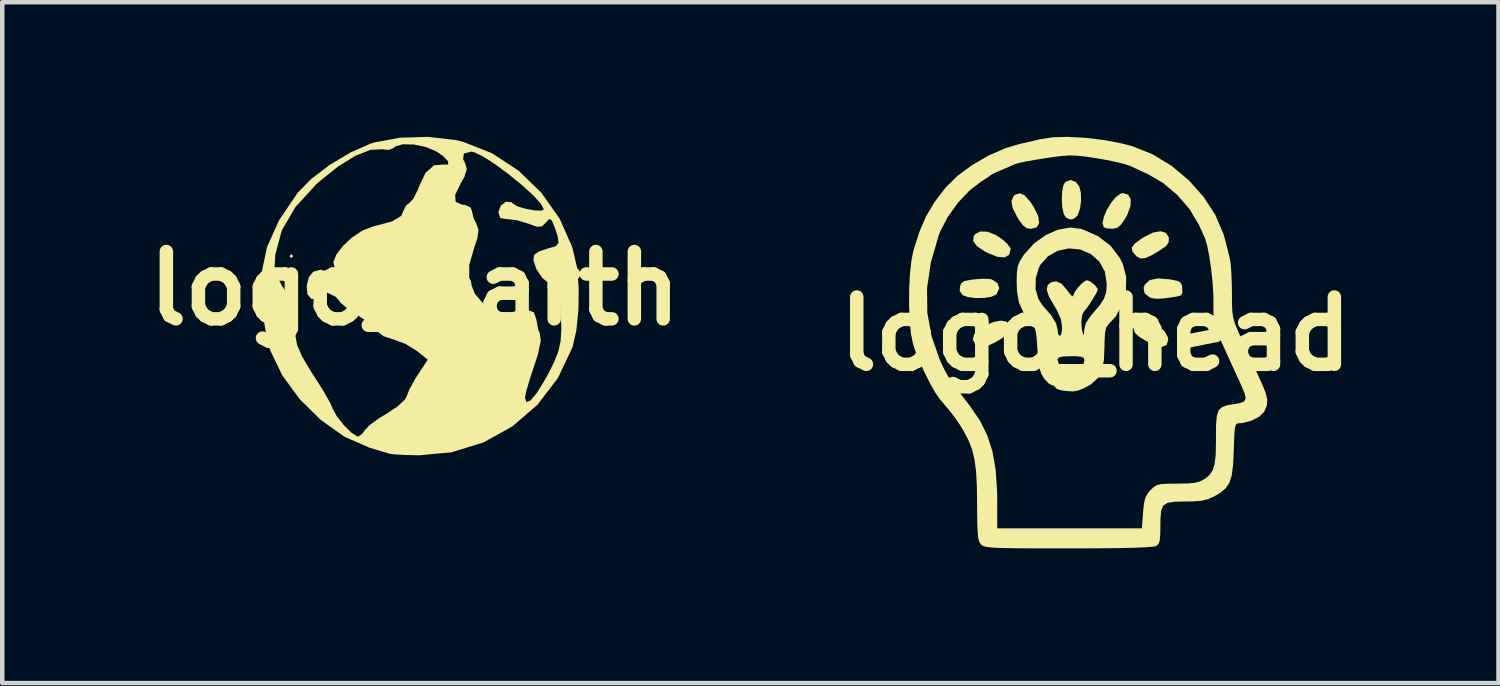
<source format=kicad_pcb>
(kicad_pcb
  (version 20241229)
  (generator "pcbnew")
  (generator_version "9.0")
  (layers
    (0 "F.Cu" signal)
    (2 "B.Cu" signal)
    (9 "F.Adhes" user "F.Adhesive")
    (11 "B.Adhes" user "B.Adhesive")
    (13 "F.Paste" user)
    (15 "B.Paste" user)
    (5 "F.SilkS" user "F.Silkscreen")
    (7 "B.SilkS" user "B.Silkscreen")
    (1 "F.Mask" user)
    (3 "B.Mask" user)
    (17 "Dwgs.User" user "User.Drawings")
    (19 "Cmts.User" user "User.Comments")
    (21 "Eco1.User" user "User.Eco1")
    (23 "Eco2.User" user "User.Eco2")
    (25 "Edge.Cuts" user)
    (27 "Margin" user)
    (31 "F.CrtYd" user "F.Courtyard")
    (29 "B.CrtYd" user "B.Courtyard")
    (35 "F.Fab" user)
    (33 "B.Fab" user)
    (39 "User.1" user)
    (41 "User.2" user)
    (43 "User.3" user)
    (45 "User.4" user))
  (footprint "logo_earth"
    (layer "F.Cu")
    (at 6.193 3.377)
    (property "Reference" "logo_earth" (at 0 0 0) (layer "F.SilkS") (effects (font (size 1.5 1.5) (thickness 0.3))))
    (attr board_only exclude_from_pos_files exclude_from_bom)
    (fp_poly (pts (xy -2.709 -0.72) (xy -2.752 -0.677) (xy -2.794 -0.72) (xy -2.752 -0.762)) (stroke (width 0) (type solid)) (fill yes) (layer "F.SilkS"))
    (fp_poly (pts (xy 0.898 -3.309) (xy 1.067 -3.27) (xy 1.716 -3.015) (xy 2.309 -2.627) (xy 2.822 -2.13) (xy 3.23 -1.551) (xy 3.51 -0.918) (xy 3.616 -0.463) (xy 3.653 -0.009) (xy 3.647 0.482) (xy 3.6 0.941) (xy 3.517 1.304) (xy 3.514 1.312) (xy 3.188 2) (xy 2.735 2.592) (xy 2.175 3.075) (xy 1.53 3.433) (xy 0.82 3.652) (xy 0.097 3.719) (xy -0.203 3.712) (xy -0.437 3.7) (xy -0.55 3.687) (xy -0.677 3.649) (xy -0.901 3.582) (xy -1.016 3.547) (xy -1.564 3.307) (xy -2.091 2.934) (xy -2.566 2.466) (xy -2.953 1.937) (xy -3.221 1.381) (xy -3.291 1.143) (xy -3.42 0.38) (xy -3.423 -0.296) (xy -3.383 -0.493) (xy -3.123 -0.493) (xy -3.082 -0.291) (xy -2.965 -0.067) (xy -2.883 0.059) (xy -2.721 0.329) (xy -2.65 0.542) (xy -2.65 0.765) (xy -2.654 0.794) (xy -2.665 1.032) (xy -2.621 1.262) (xy -2.508 1.523) (xy -2.31 1.857) (xy -2.195 2.032) (xy -2.025 2.303) (xy -1.891 2.542) (xy -1.829 2.68) (xy -1.739 2.847) (xy -1.587 3.04) (xy -1.42 3.208) (xy -1.286 3.298) (xy -1.263 3.302) (xy -1.169 3.238) (xy -1.114 3.16) (xy -0.999 3.041) (xy -0.787 2.887) (xy -0.623 2.788) (xy -0.389 2.634) (xy -0.227 2.484) (xy -0.181 2.406) (xy -0.118 2.246) (xy 0.007 2.019) (xy 0.07 1.921) (xy 0.29 1.588) (xy 0.039 1.387) (xy -0.212 1.234) (xy -0.479 1.136) (xy -0.494 1.133) (xy -0.698 1.065) (xy -0.816 0.973) (xy -0.819 0.965) (xy -0.912 0.861) (xy -1.103 0.711) (xy -1.278 0.596) (xy -1.503 0.445) (xy -1.654 0.32) (xy -1.693 0.263) (xy -1.765 0.185) (xy -1.937 0.101) (xy -1.947 0.097) (xy -2.125 0.049) (xy -2.194 0.082) (xy -2.201 0.138) (xy -2.254 0.233) (xy -2.307 0.233) (xy -2.393 0.128) (xy -2.409 -0.057) (xy -2.361 -0.249) (xy -2.265 -0.371) (xy -2.091 -0.418) (xy -1.949 -0.359) (xy -1.749 -0.272) (xy -1.59 -0.264) (xy -1.524 -0.337) (xy -1.524 -0.339) (xy -1.592 -0.415) (xy -1.642 -0.423) (xy -1.786 -0.469) (xy -1.814 -0.589) (xy -1.746 -0.756) (xy -1.603 -0.945) (xy -1.405 -1.13) (xy -1.172 -1.285) (xy -0.926 -1.383) (xy -0.881 -1.393) (xy -0.508 -1.492) (xy -0.3 -1.618) (xy -0.254 -1.73) (xy -0.186 -1.859) (xy -0.136 -1.89) (xy -0.035 -1.994) (xy 0.011 -2.085) (xy 0.9 -2.085) (xy 0.911 -1.928) (xy 1.056 -1.865) (xy 1.106 -1.863) (xy 1.24 -1.808) (xy 1.27 -1.735) (xy 1.313 -1.56) (xy 1.37 -1.447) (xy 1.42 -1.304) (xy 1.395 -1.115) (xy 1.327 -0.916) (xy 1.214 -0.526) (xy 1.213 -0.208) (xy 1.326 0.092) (xy 1.346 0.127) (xy 1.583 0.406) (xy 1.874 0.543) (xy 2.189 0.525) (xy 2.208 0.518) (xy 2.482 0.467) (xy 2.654 0.532) (xy 2.709 0.692) (xy 2.749 0.912) (xy 2.787 1.002) (xy 2.807 1.171) (xy 2.746 1.463) (xy 2.66 1.731) (xy 2.559 2.034) (xy 2.486 2.284) (xy 2.456 2.429) (xy 2.455 2.435) (xy 2.489 2.535) (xy 2.583 2.494) (xy 2.725 2.322) (xy 2.904 2.031) (xy 2.977 1.898) (xy 3.11 1.632) (xy 3.199 1.404) (xy 3.25 1.173) (xy 3.266 0.897) (xy 3.255 0.533) (xy 3.222 0.062) (xy 3.15 -0.018) (xy 3.011 -0.097) (xy 2.846 -0.229) (xy 2.711 -0.427) (xy 2.643 -0.628) (xy 2.66 -0.75) (xy 2.773 -0.826) (xy 2.964 -0.889) (xy 3.137 -0.938) (xy 3.204 -1.015) (xy 3.182 -1.169) (xy 3.123 -1.345) (xy 3.053 -1.518) (xy 2.995 -1.548) (xy 2.923 -1.47) (xy 2.833 -1.38) (xy 2.715 -1.376) (xy 2.535 -1.441) (xy 2.287 -1.517) (xy 2.068 -1.543) (xy 2.058 -1.542) (xy 1.904 -1.569) (xy 1.863 -1.697) (xy 1.917 -1.846) (xy 2.036 -1.933) (xy 2.159 -1.92) (xy 2.189 -1.888) (xy 2.29 -1.827) (xy 2.472 -1.774) (xy 2.672 -1.739) (xy 2.827 -1.734) (xy 2.876 -1.762) (xy 2.807 -1.891) (xy 2.629 -2.084) (xy 2.377 -2.312) (xy 2.086 -2.549) (xy 1.791 -2.767) (xy 1.525 -2.938) (xy 1.323 -3.035) (xy 1.259 -3.048) (xy 1.094 -3.006) (xy 1.077 -2.881) (xy 1.119 -2.796) (xy 1.16 -2.66) (xy 1.107 -2.487) (xy 1.024 -2.341) (xy 0.9 -2.085) (xy 0.011 -2.085) (xy 0.067 -2.196) (xy 0.089 -2.259) (xy 0.24 -2.576) (xy 0.429 -2.743) (xy 0.614 -2.759) (xy 0.743 -2.759) (xy 0.744 -2.831) (xy 0.628 -2.951) (xy 0.487 -3.049) (xy 0.248 -3.151) (xy -0.025 -3.207) (xy -0.273 -3.211) (xy -0.44 -3.16) (xy -0.466 -3.132) (xy -0.578 -3.087) (xy -0.73 -3.101) (xy -0.987 -3.088) (xy -1.322 -2.956) (xy -1.71 -2.716) (xy -2.125 -2.383) (xy -2.197 -2.318) (xy -2.662 -1.81) (xy -2.963 -1.293) (xy -3.107 -0.756) (xy -3.108 -0.747) (xy -3.123 -0.493) (xy -3.383 -0.493) (xy -3.294 -0.918) (xy -3.025 -1.518) (xy -2.61 -2.13) (xy -2.608 -2.133) (xy -2.305 -2.442) (xy -1.897 -2.751) (xy -1.442 -3.024) (xy -1 -3.221) (xy -0.896 -3.254) (xy -0.33 -3.359) (xy 0.296 -3.377)) (stroke (width 0) (type solid)) (fill yes) (layer "F.SilkS")))
  (footprint "logo_head"
    (layer "F.Cu")
    (at 21.364 4.39)
    (property "Reference" "logo_head" (at 0 0 0) (layer "F.SilkS") (effects (font (size 1.5 1.5) (thickness 0.3))))
    (attr board_only exclude_from_pos_files exclude_from_bom)
    (fp_poly (pts (xy -2.414 -2.277) (xy -2.228 -2.206) (xy -2.224 -2.204) (xy -2.082 -2.11) (xy -1.965 -2.005) (xy -1.899 -1.915) (xy -1.893 -1.889) (xy -1.927 -1.761) (xy -2.028 -1.704) (xy -2.189 -1.718) (xy -2.405 -1.803) (xy -2.465 -1.834) (xy -2.644 -1.954) (xy -2.727 -2.067) (xy -2.715 -2.178) (xy -2.687 -2.219) (xy -2.575 -2.281)) (stroke (width 0) (type solid)) (fill yes) (layer "F.SilkS"))
    (fp_poly (pts (xy -1.58 -3.085) (xy -1.463 -2.953) (xy -1.376 -2.824) (xy -1.279 -2.627) (xy -1.257 -2.476) (xy -1.309 -2.378) (xy -1.432 -2.341) (xy -1.441 -2.341) (xy -1.534 -2.356) (xy -1.614 -2.414) (xy -1.704 -2.535) (xy -1.742 -2.595) (xy -1.848 -2.803) (xy -1.876 -2.959) (xy -1.827 -3.071) (xy -1.78 -3.107) (xy -1.682 -3.134)) (stroke (width 0) (type solid)) (fill yes) (layer "F.SilkS"))
    (fp_poly (pts (xy -0.441 -3.386) (xy -0.364 -3.287) (xy -0.328 -3.149) (xy -0.323 -2.974) (xy -0.345 -2.797) (xy -0.392 -2.657) (xy -0.434 -2.602) (xy -0.519 -2.55) (xy -0.59 -2.556) (xy -0.66 -2.594) (xy -0.71 -2.672) (xy -0.741 -2.815) (xy -0.753 -2.991) (xy -0.745 -3.167) (xy -0.717 -3.311) (xy -0.675 -3.385) (xy -0.556 -3.43)) (stroke (width 0) (type solid)) (fill yes) (layer "F.SilkS"))
    (fp_poly (pts (xy -1.984 -0.274) (xy -1.913 -0.201) (xy -1.91 -0.077) (xy -1.917 -0.052) (xy -1.975 0.017) (xy -2.095 0.105) (xy -2.246 0.193) (xy -2.396 0.263) (xy -2.513 0.298) (xy -2.53 0.299) (xy -2.64 0.267) (xy -2.679 0.239) (xy -2.736 0.123) (xy -2.703 0.001) (xy -2.652 -0.055) (xy -2.458 -0.186) (xy -2.272 -0.266) (xy -2.109 -0.295)) (stroke (width 0) (type solid)) (fill yes) (layer "F.SilkS"))
    (fp_poly (pts (xy 0.727 -3.1) (xy 0.784 -2.998) (xy 0.777 -2.844) (xy 0.706 -2.653) (xy 0.66 -2.57) (xy 0.566 -2.432) (xy 0.485 -2.364) (xy 0.387 -2.343) (xy 0.369 -2.342) (xy 0.251 -2.351) (xy 0.183 -2.374) (xy 0.155 -2.465) (xy 0.183 -2.603) (xy 0.251 -2.764) (xy 0.346 -2.921) (xy 0.454 -3.051) (xy 0.561 -3.127) (xy 0.609 -3.138)) (stroke (width 0) (type solid)) (fill yes) (layer "F.SilkS"))
    (fp_poly (pts (xy 1.033 -0.297) (xy 1.223 -0.263) (xy 1.4 -0.177) (xy 1.538 -0.056) (xy 1.613 0.079) (xy 1.619 0.127) (xy 1.586 0.244) (xy 1.489 0.288) (xy 1.33 0.256) (xy 1.111 0.151) (xy 1.108 0.149) (xy 0.959 0.055) (xy 0.879 -0.02) (xy 0.849 -0.101) (xy 0.847 -0.15) (xy 0.855 -0.248) (xy 0.901 -0.289) (xy 1.013 -0.297)) (stroke (width 0) (type solid)) (fill yes) (layer "F.SilkS"))
    (fp_poly (pts (xy 1.57 -2.251) (xy 1.631 -2.15) (xy 1.634 -2.132) (xy 1.628 -2.037) (xy 1.571 -1.958) (xy 1.445 -1.868) (xy 1.245 -1.749) (xy 1.104 -1.688) (xy 1.003 -1.68) (xy 0.922 -1.72) (xy 0.896 -1.744) (xy 0.819 -1.839) (xy 0.807 -1.92) (xy 0.866 -2.005) (xy 1.006 -2.11) (xy 1.087 -2.162) (xy 1.283 -2.258) (xy 1.449 -2.287)) (stroke (width 0) (type solid)) (fill yes) (layer "F.SilkS"))
    (fp_poly (pts (xy 1.651 -1.216) (xy 1.66 -1.214) (xy 1.811 -1.184) (xy 1.89 -1.147) (xy 1.923 -1.083) (xy 1.933 -1.011) (xy 1.933 -0.901) (xy 1.887 -0.85) (xy 1.783 -0.827) (xy 1.548 -0.794) (xy 1.387 -0.782) (xy 1.276 -0.791) (xy 1.206 -0.813) (xy 1.092 -0.903) (xy 1.07 -1.026) (xy 1.097 -1.099) (xy 1.204 -1.197) (xy 1.388 -1.236)) (stroke (width 0) (type solid)) (fill yes) (layer "F.SilkS"))
    (fp_poly (pts (xy -2.376 -1.224) (xy -2.312 -1.213) (xy -2.184 -1.13) (xy -2.146 -1.018) (xy -2.2 -0.896) (xy -2.22 -0.875) (xy -2.321 -0.827) (xy -2.483 -0.801) (xy -2.667 -0.798) (xy -2.838 -0.818) (xy -2.958 -0.861) (xy -2.961 -0.864) (xy -3.027 -0.955) (xy -3.021 -1.057) (xy -2.992 -1.129) (xy -2.932 -1.173) (xy -2.815 -1.2) (xy -2.698 -1.215) (xy -2.523 -1.228)) (stroke (width 0) (type solid)) (fill yes) (layer "F.SilkS"))
    (fp_poly (pts (xy -0.314 -2.338) (xy 0.048 -2.182) (xy 0.332 -1.966) (xy 0.543 -1.687) (xy 0.607 -1.559) (xy 0.682 -1.273) (xy 0.677 -0.966) (xy 0.598 -0.662) (xy 0.451 -0.39) (xy 0.278 -0.203) (xy 0.237 -0.142) (xy 0.212 -0.033) (xy 0.201 0.145) (xy 0.199 0.282) (xy 0.185 0.59) (xy 0.137 0.82) (xy 0.045 0.991) (xy -0.099 1.122) (xy -0.257 1.21) (xy -0.385 1.262) (xy -0.5 1.283) (xy -0.643 1.275) (xy -0.76 1.259) (xy -0.859 1.23) (xy -0.896 1.192) (xy -0.937 1.15) (xy -0.968 1.145) (xy -1.04 1.108) (xy -1.131 1.015) (xy -1.153 0.986) (xy -1.209 0.889) (xy -1.248 0.77) (xy -1.275 0.604) (xy -1.276 0.581) (xy -0.847 0.581) (xy -0.804 0.714) (xy -0.698 0.804) (xy -0.557 0.84) (xy -0.412 0.812) (xy -0.34 0.764) (xy -0.268 0.664) (xy -0.249 0.59) (xy -0.262 0.538) (xy -0.317 0.51) (xy -0.435 0.499) (xy -0.548 0.498) (xy -0.718 0.503) (xy -0.809 0.521) (xy -0.844 0.559) (xy -0.847 0.581) (xy -1.276 0.581) (xy -1.294 0.366) (xy -1.295 0.339) (xy -1.312 0.108) (xy -1.332 -0.049) (xy -1.363 -0.155) (xy -1.409 -0.234) (xy -1.454 -0.286) (xy -1.611 -0.486) (xy -1.707 -0.697) (xy -1.752 -0.949) (xy -1.753 -1.001) (xy -1.336 -1.001) (xy -1.277 -0.781) (xy -1.187 -0.643) (xy -0.991 -0.416) (xy -0.879 -0.231) (xy -0.847 -0.096) (xy -0.832 0.007) (xy -0.797 0.05) (xy -0.766 0.006) (xy -0.748 -0.105) (xy -0.747 -0.152) (xy -0.773 -0.328) (xy -0.859 -0.523) (xy -0.921 -0.626) (xy -1.039 -0.832) (xy -1.088 -0.981) (xy -1.069 -1.083) (xy -1 -1.144) (xy -0.879 -1.173) (xy -0.762 -1.12) (xy -0.637 -0.978) (xy -0.62 -0.953) (xy -0.548 -0.862) (xy -0.504 -0.834) (xy -0.498 -0.848) (xy -0.465 -0.934) (xy -0.385 -1.042) (xy -0.288 -1.14) (xy -0.204 -1.193) (xy -0.189 -1.195) (xy -0.109 -1.163) (xy -0.018 -1.089) (xy 0.043 -1.011) (xy 0.05 -0.987) (xy 0.024 -0.923) (xy -0.04 -0.811) (xy -0.121 -0.681) (xy -0.2 -0.566) (xy -0.257 -0.498) (xy -0.261 -0.495) (xy -0.298 -0.42) (xy -0.316 -0.287) (xy -0.311 -0.138) (xy -0.295 -0.05) (xy -0.27 0.025) (xy -0.259 0.014) (xy -0.254 -0.088) (xy -0.217 -0.239) (xy -0.106 -0.406) (xy -0.057 -0.462) (xy 0.098 -0.644) (xy 0.191 -0.791) (xy 0.237 -0.935) (xy 0.249 -1.106) (xy 0.249 -1.11) (xy 0.207 -1.388) (xy 0.078 -1.617) (xy -0.107 -1.779) (xy -0.345 -1.882) (xy -0.599 -1.904) (xy -0.847 -1.85) (xy -1.065 -1.725) (xy -1.231 -1.538) (xy -1.262 -1.479) (xy -1.332 -1.244) (xy -1.336 -1.001) (xy -1.753 -1.001) (xy -1.758 -1.155) (xy -1.754 -1.358) (xy -1.736 -1.497) (xy -1.694 -1.609) (xy -1.619 -1.729) (xy -1.585 -1.778) (xy -1.37 -2.016) (xy -1.114 -2.2) (xy -0.839 -2.321) (xy -0.564 -2.37)) (stroke (width 0) (type solid)) (fill yes) (layer "F.SilkS"))
    (fp_poly (pts (xy -0.233 -4.37) (xy 0.17 -4.322) (xy 0.564 -4.248) (xy 0.822 -4.181) (xy 1.268 -4.003) (xy 1.69 -3.747) (xy 2.074 -3.426) (xy 2.405 -3.056) (xy 2.669 -2.65) (xy 2.851 -2.222) (xy 2.885 -2.104) (xy 2.933 -1.916) (xy 2.981 -1.727) (xy 2.988 -1.7) (xy 3.009 -1.572) (xy 3.025 -1.373) (xy 3.035 -1.133) (xy 3.038 -0.932) (xy 3.04 -0.679) (xy 3.048 -0.497) (xy 3.068 -0.355) (xy 3.106 -0.225) (xy 3.167 -0.077) (xy 3.217 0.034) (xy 3.31 0.238) (xy 3.398 0.43) (xy 3.463 0.574) (xy 3.473 0.598) (xy 3.536 0.737) (xy 3.621 0.922) (xy 3.693 1.078) (xy 3.786 1.299) (xy 3.826 1.464) (xy 3.817 1.598) (xy 3.761 1.728) (xy 3.756 1.737) (xy 3.646 1.846) (xy 3.475 1.934) (xy 3.28 1.986) (xy 3.192 1.992) (xy 3.152 1.999) (xy 3.124 2.031) (xy 3.105 2.105) (xy 3.093 2.236) (xy 3.084 2.441) (xy 3.079 2.602) (xy 3.065 2.913) (xy 3.037 3.142) (xy 2.986 3.311) (xy 2.905 3.436) (xy 2.785 3.538) (xy 2.64 3.624) (xy 2.507 3.683) (xy 2.363 3.718) (xy 2.174 3.733) (xy 2.009 3.735) (xy 1.765 3.74) (xy 1.604 3.765) (xy 1.508 3.827) (xy 1.461 3.942) (xy 1.446 4.127) (xy 1.444 4.278) (xy 1.441 4.483) (xy 1.428 4.61) (xy 1.401 4.684) (xy 1.355 4.726) (xy 1.348 4.73) (xy 1.269 4.744) (xy 1.095 4.757) (xy 0.83 4.767) (xy 0.477 4.774) (xy 0.041 4.779) (xy -0.473 4.781) (xy -0.612 4.781) (xy -1.093 4.781) (xy -1.485 4.78) (xy -1.797 4.777) (xy -2.038 4.773) (xy -2.219 4.767) (xy -2.35 4.758) (xy -2.439 4.746) (xy -2.498 4.73) (xy -2.535 4.711) (xy -2.557 4.69) (xy -2.589 4.641) (xy -2.611 4.565) (xy -2.626 4.446) (xy -2.635 4.27) (xy -2.639 4.02) (xy -2.64 3.796) (xy -2.645 3.392) (xy -2.663 3.067) (xy -2.698 2.802) (xy -2.752 2.578) (xy -2.831 2.374) (xy -2.934 2.176) (xy -3.026 2.022) (xy -3.125 1.878) (xy -3.248 1.719) (xy -3.416 1.518) (xy -3.472 1.452) (xy -3.57 1.312) (xy -3.687 1.106) (xy -3.81 0.861) (xy -3.926 0.606) (xy -4.021 0.367) (xy -4.068 0.224) (xy -4.114 -0.005) (xy -4.143 -0.305) (xy -4.156 -0.646) (xy -4.154 -1.002) (xy -4.153 -1.02) (xy -3.755 -1.02) (xy -3.75 -0.476) (xy -3.655 0.055) (xy -3.469 0.581) (xy -3.416 0.699) (xy -3.358 0.817) (xy -3.3 0.923) (xy -3.23 1.033) (xy -3.136 1.167) (xy -3.005 1.341) (xy -2.825 1.574) (xy -2.805 1.6) (xy -2.582 1.924) (xy -2.415 2.257) (xy -2.298 2.619) (xy -2.227 3.028) (xy -2.194 3.504) (xy -2.191 3.74) (xy -2.191 4.333) (xy -0.579 4.333) (xy 1.032 4.333) (xy 1.058 3.981) (xy 1.078 3.782) (xy 1.11 3.649) (xy 1.166 3.549) (xy 1.223 3.483) (xy 1.295 3.414) (xy 1.364 3.371) (xy 1.457 3.348) (xy 1.599 3.339) (xy 1.814 3.337) (xy 1.82 3.337) (xy 2.049 3.333) (xy 2.207 3.32) (xy 2.32 3.291) (xy 2.416 3.242) (xy 2.444 3.224) (xy 2.541 3.143) (xy 2.609 3.04) (xy 2.653 2.899) (xy 2.676 2.702) (xy 2.683 2.43) (xy 2.683 2.286) (xy 2.685 2.015) (xy 2.703 1.826) (xy 2.745 1.703) (xy 2.819 1.63) (xy 2.933 1.59) (xy 3.024 1.575) (xy 3.204 1.546) (xy 3.309 1.507) (xy 3.345 1.439) (xy 3.321 1.323) (xy 3.243 1.14) (xy 3.221 1.091) (xy 3.117 0.865) (xy 3.008 0.626) (xy 2.916 0.425) (xy 2.916 0.423) (xy 2.83 0.235) (xy 2.747 0.055) (xy 2.698 -0.05) (xy 2.651 -0.189) (xy 2.628 -0.374) (xy 2.626 -0.629) (xy 2.627 -0.646) (xy 2.624 -0.888) (xy 2.605 -1.168) (xy 2.574 -1.458) (xy 2.533 -1.732) (xy 2.488 -1.964) (xy 2.44 -2.126) (xy 2.433 -2.142) (xy 2.373 -2.274) (xy 2.303 -2.428) (xy 2.297 -2.44) (xy 2.098 -2.775) (xy 1.826 -3.091) (xy 1.506 -3.361) (xy 1.17 -3.558) (xy 0.993 -3.64) (xy 0.814 -3.723) (xy 0.789 -3.735) (xy 0.665 -3.778) (xy 0.472 -3.827) (xy 0.236 -3.876) (xy 0.032 -3.912) (xy -0.221 -3.95) (xy -0.413 -3.971) (xy -0.577 -3.977) (xy -0.75 -3.965) (xy -0.965 -3.938) (xy -1.125 -3.914) (xy -1.362 -3.876) (xy -1.566 -3.839) (xy -1.717 -3.807) (xy -1.788 -3.786) (xy -1.881 -3.744) (xy -2.023 -3.683) (xy -2.092 -3.655) (xy -2.228 -3.596) (xy -2.32 -3.549) (xy -2.341 -3.535) (xy -2.396 -3.493) (xy -2.503 -3.423) (xy -2.547 -3.396) (xy -2.813 -3.192) (xy -3.07 -2.918) (xy -3.294 -2.605) (xy -3.463 -2.281) (xy -3.497 -2.191) (xy -3.671 -1.588) (xy -3.755 -1.02) (xy -4.153 -1.02) (xy -4.136 -1.343) (xy -4.103 -1.642) (xy -4.062 -1.843) (xy -3.93 -2.263) (xy -3.779 -2.616) (xy -3.59 -2.935) (xy -3.348 -3.253) (xy -3.336 -3.268) (xy -3.079 -3.52) (xy -2.751 -3.761) (xy -2.384 -3.974) (xy -2.005 -4.139) (xy -1.693 -4.232) (xy -1.501 -4.275) (xy -1.316 -4.318) (xy -1.239 -4.337) (xy -0.963 -4.38) (xy -0.62 -4.39)) (stroke (width 0) (type solid)) (fill yes) (layer "F.SilkS")))
  (gr_rect
    (start -3 -3)
    (end 30.343 12.171)
    (stroke (width 0.1) (type default))
    (fill no)
    (layer "Edge.Cuts")))
</source>
